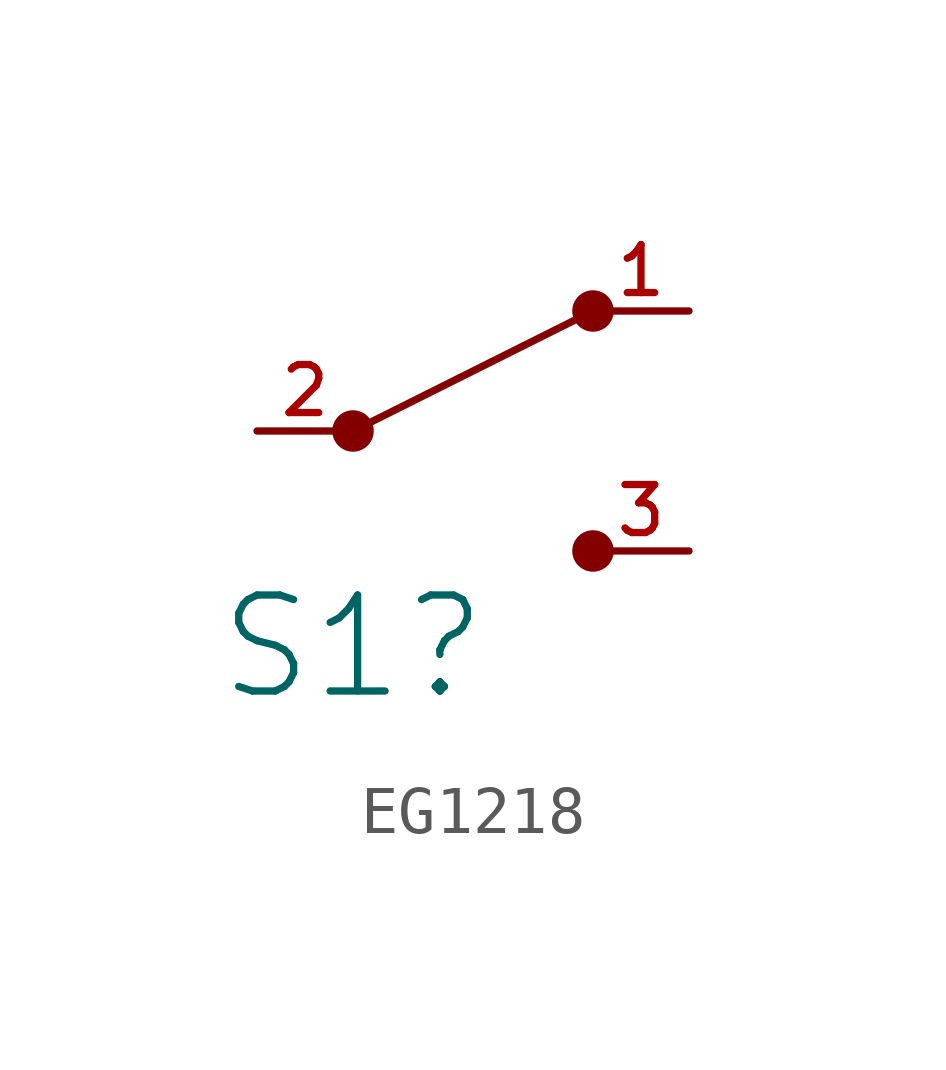
<source format=kicad_sym>
(kicad_symbol_lib
  (version 20220914)
  (generator kicad_symbol_editor)
  (symbol "EG1218"
    (pin_names
      (offset 0))
    (property "Reference" "S1"
      (at 0 -4.5 0)
      (effects (font (size 2 2))))
    (symbol "EG1218_0_1"
      (polyline (pts (xy 0 0) (xy 5 2.5)) (stroke (width 0) (type solid)) (fill (type none)))
      (circle (center 0 0) (radius 0.356) (stroke (width 0) (type solid)) (fill (type outline)))
      (circle (center 5 -2.5) (radius 0.356) (stroke (width 0) (type solid)) (fill (type outline)))
      (circle (center 5 2.5) (radius 0.356) (stroke (width 0) (type solid)) (fill (type outline))))
    (symbol "EG1218_1_1"
      (pin passive line (at 7 2.5 180) (length 2) (name "~" (effects (font (size 1 1)))) (number "1" (effects (font (size 1 1)))))
      (pin passive line (at -2 0 0) (length 2) (name "~" (effects (font (size 1 1)))) (number "2" (effects (font (size 1 1)))))
      (pin passive line (at 7 -2.5 180) (length 2) (name "~" (effects (font (size 1 1)))) (number "3" (effects (font (size 1 1))))))))
</source>
